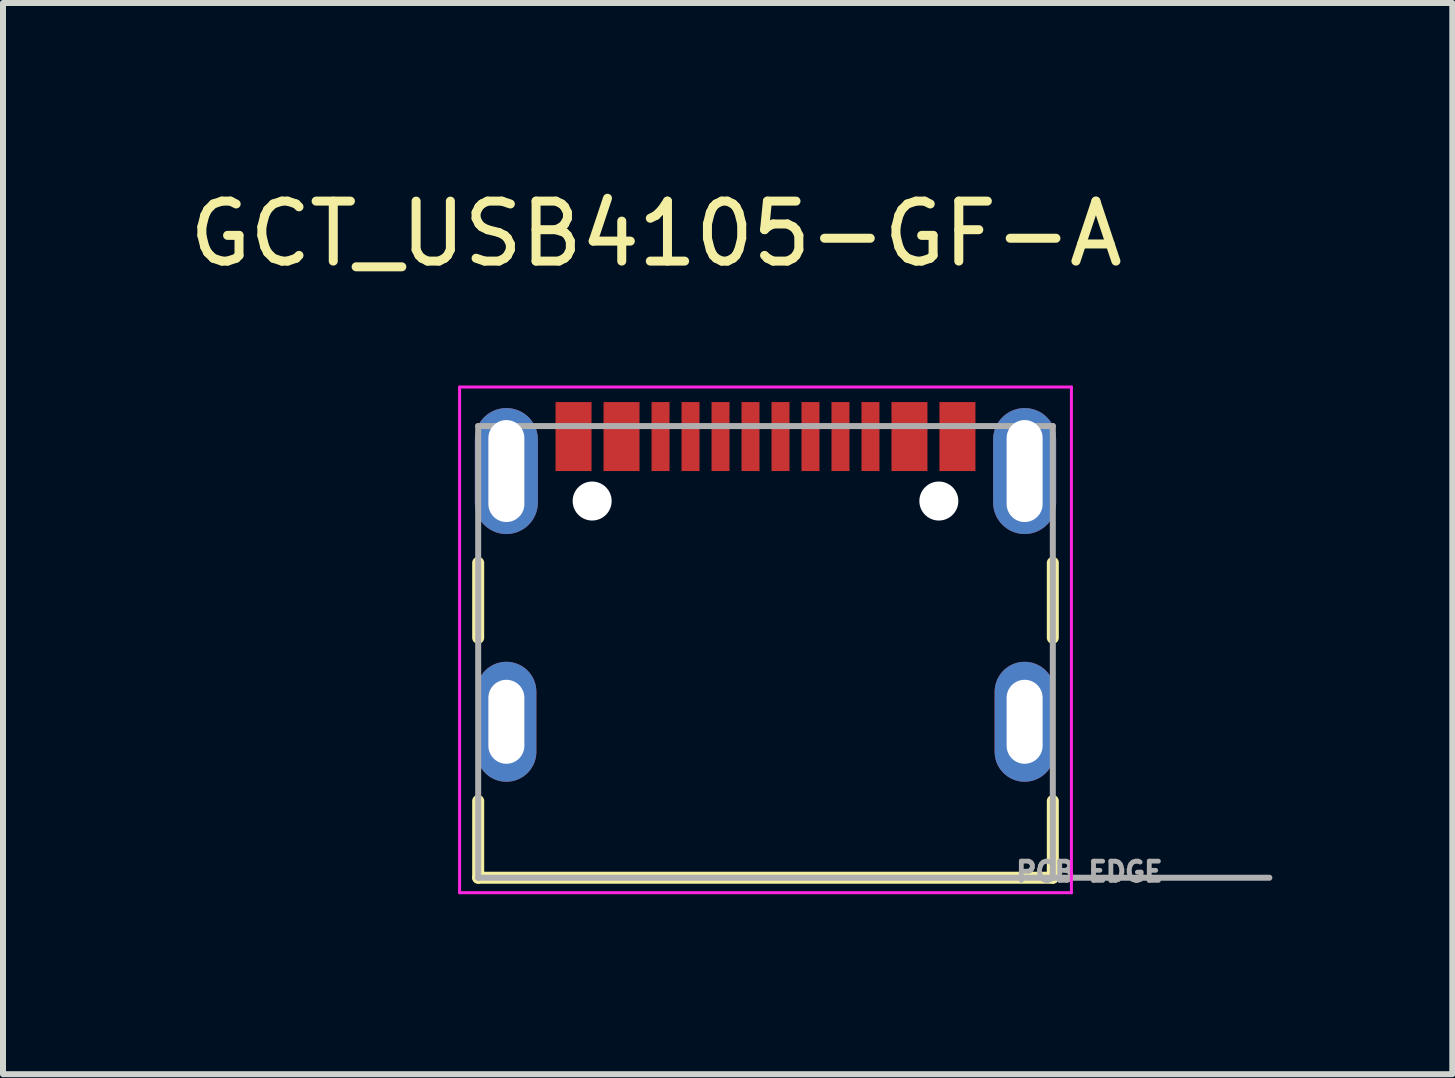
<source format=kicad_pcb>
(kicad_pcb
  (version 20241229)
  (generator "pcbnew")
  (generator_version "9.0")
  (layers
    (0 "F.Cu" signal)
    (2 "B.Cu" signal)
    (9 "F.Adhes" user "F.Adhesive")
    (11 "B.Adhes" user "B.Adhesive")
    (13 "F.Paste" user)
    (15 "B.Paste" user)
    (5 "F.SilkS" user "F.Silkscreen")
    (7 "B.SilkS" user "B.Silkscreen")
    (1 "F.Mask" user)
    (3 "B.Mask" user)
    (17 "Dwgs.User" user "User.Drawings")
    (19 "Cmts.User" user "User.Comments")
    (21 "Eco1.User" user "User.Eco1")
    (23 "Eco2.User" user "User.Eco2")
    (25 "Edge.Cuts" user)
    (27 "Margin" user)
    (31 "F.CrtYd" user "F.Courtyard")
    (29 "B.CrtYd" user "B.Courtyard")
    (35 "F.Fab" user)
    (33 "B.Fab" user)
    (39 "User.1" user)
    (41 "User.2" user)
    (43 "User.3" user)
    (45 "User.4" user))
  (footprint "GCT_USB4105-GF-A"
    (layer "F.Cu")
    (at 9.712 8.983)
    (property "Reference" "GCT_USB4105-GF-A" (at -1.825 -8.135 0) (layer "F.SilkS") (effects (font (size 1 1) (thickness 0.15))))
    (attr smd)
    (fp_line (start -4.79 -2.65) (end -4.79 -1.4) (stroke (width 0.2) (type solid)) (layer "F.SilkS"))
    (fp_line (start -4.79 1.32) (end -4.79 2.6) (stroke (width 0.2) (type solid)) (layer "F.SilkS"))
    (fp_line (start -4.79 2.6) (end 4.79 2.6) (stroke (width 0.2) (type solid)) (layer "F.SilkS"))
    (fp_line (start 4.79 -2.65) (end 4.79 -1.4) (stroke (width 0.2) (type solid)) (layer "F.SilkS"))
    (fp_line (start 4.79 2.6) (end 4.79 1.32) (stroke (width 0.2) (type solid)) (layer "F.SilkS"))
    (fp_line (start -5.1 -5.58) (end -5.1 2.85) (stroke (width 0.05) (type solid)) (layer "F.CrtYd"))
    (fp_line (start -5.1 2.85) (end 5.1 2.85) (stroke (width 0.05) (type solid)) (layer "F.CrtYd"))
    (fp_line (start 5.1 -5.58) (end -5.1 -5.58) (stroke (width 0.05) (type solid)) (layer "F.CrtYd"))
    (fp_line (start 5.1 2.85) (end 5.1 -5.58) (stroke (width 0.05) (type solid)) (layer "F.CrtYd"))
    (fp_line (start -4.79 -4.93) (end 4.79 -4.93) (stroke (width 0.1) (type solid)) (layer "F.Fab"))
    (fp_line (start -4.79 2.6) (end -4.79 -4.93) (stroke (width 0.1) (type solid)) (layer "F.Fab"))
    (fp_line (start 4.79 -4.93) (end 4.79 2.6) (stroke (width 0.1) (type solid)) (layer "F.Fab"))
    (fp_line (start 4.79 2.6) (end -4.79 2.6) (stroke (width 0.1) (type solid)) (layer "F.Fab"))
    (fp_line (start 4.8 2.6) (end 8.4 2.6) (stroke (width 0.1) (type solid)) (layer "F.Fab"))
    (fp_text user "PCB EDGE" (at 5.4 2.5 0) (layer "F.Fab") (effects (font (size 0.32 0.32) (thickness 0.15))))
    (pad "" np_thru_hole circle (at -2.89 -3.68) (size 0.65 0.65) (drill 0.65) (layers "*.Cu" "*.Mask"))
    (pad "" np_thru_hole circle (at 2.89 -3.68) (size 0.65 0.65) (drill 0.65) (layers "*.Cu" "*.Mask"))
    (pad "A1_B12" smd rect (at -3.2 -4.755) (size 0.6 1.15) (layers "F.Cu" "F.Mask" "F.Paste"))
    (pad "A4_B9" smd rect (at -2.4 -4.755) (size 0.6 1.15) (layers "F.Cu" "F.Mask" "F.Paste"))
    (pad "A5" smd rect (at -1.25 -4.755) (size 0.3 1.15) (layers "F.Cu" "F.Mask" "F.Paste"))
    (pad "A6" smd rect (at -0.25 -4.755) (size 0.3 1.15) (layers "F.Cu" "F.Mask" "F.Paste"))
    (pad "A7" smd rect (at 0.25 -4.755) (size 0.3 1.15) (layers "F.Cu" "F.Mask" "F.Paste"))
    (pad "A8" smd rect (at 1.25 -4.755) (size 0.3 1.15) (layers "F.Cu" "F.Mask" "F.Paste"))
    (pad "B1_A12" smd rect (at 3.2 -4.755) (size 0.6 1.15) (layers "F.Cu" "F.Mask" "F.Paste"))
    (pad "B4_A9" smd rect (at 2.4 -4.755) (size 0.6 1.15) (layers "F.Cu" "F.Mask" "F.Paste"))
    (pad "B5" smd rect (at 1.75 -4.755) (size 0.3 1.15) (layers "F.Cu" "F.Mask" "F.Paste"))
    (pad "B6" smd rect (at 0.75 -4.755) (size 0.3 1.15) (layers "F.Cu" "F.Mask" "F.Paste"))
    (pad "B7" smd rect (at -0.75 -4.755) (size 0.3 1.15) (layers "F.Cu" "F.Mask" "F.Paste"))
    (pad "B8" smd rect (at -1.75 -4.755) (size 0.3 1.15) (layers "F.Cu" "F.Mask" "F.Paste"))
    (pad "S1" thru_hole oval (at -4.32 -4.18) (size 1.05 2.1) (drill oval 0.6 1.7) (layers "*.Cu" "*.Mask"))
    (pad "S2" thru_hole oval (at -4.32 0) (size 1 2) (drill oval 0.6 1.4) (layers "*.Cu" "*.Mask"))
    (pad "S3" thru_hole oval (at 4.32 0) (size 1 2) (drill oval 0.6 1.4) (layers "*.Cu" "*.Mask"))
    (pad "S4" thru_hole oval (at 4.32 -4.18) (size 1.05 2.1) (drill oval 0.6 1.7) (layers "*.Cu" "*.Mask")))
  (gr_rect
    (start -3 -3)
    (end 21.162 14.858)
    (stroke (width 0.1) (type default))
    (fill no)
    (layer "Edge.Cuts")))
</source>
